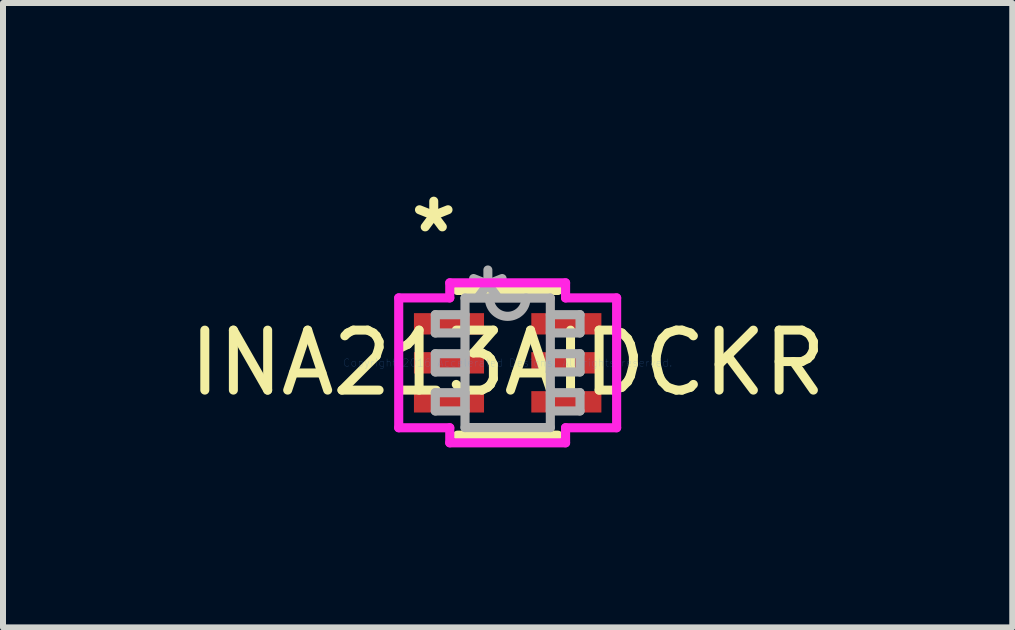
<source format=kicad_pcb>
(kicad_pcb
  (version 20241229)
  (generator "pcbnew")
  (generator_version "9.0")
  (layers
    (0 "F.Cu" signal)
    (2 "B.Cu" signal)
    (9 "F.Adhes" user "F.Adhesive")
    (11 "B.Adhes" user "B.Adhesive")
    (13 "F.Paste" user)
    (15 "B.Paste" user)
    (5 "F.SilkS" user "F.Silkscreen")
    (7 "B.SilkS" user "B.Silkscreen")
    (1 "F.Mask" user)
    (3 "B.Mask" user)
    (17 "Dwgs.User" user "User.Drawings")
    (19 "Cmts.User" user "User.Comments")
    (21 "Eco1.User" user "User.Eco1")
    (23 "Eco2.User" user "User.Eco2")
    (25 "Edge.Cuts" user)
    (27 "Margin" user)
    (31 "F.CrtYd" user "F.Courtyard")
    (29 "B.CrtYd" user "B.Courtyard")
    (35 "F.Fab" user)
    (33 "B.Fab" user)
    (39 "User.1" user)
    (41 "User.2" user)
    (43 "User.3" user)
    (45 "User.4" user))
  (footprint "INA213AIDCKR"
    (layer "F.Cu")
    (at 5.411 2.997)
    (property "Reference" "INA213AIDCKR" (at 0 0 0) (layer "F.SilkS") (effects (font (size 1 1) (thickness 0.15))))
    (attr through_hole)
    (fp_line (start -0.838 1.206) (end 0.838 1.206) (stroke (width 0.152) (type solid)) (layer "F.SilkS"))
    (fp_line (start 0.838 -1.206) (end -0.838 -1.206) (stroke (width 0.152) (type solid)) (layer "F.SilkS"))
    (fp_line (start -1.816 -1.082) (end -0.965 -1.082) (stroke (width 0.152) (type solid)) (layer "F.CrtYd"))
    (fp_line (start -1.816 1.082) (end -1.816 -1.082) (stroke (width 0.152) (type solid)) (layer "F.CrtYd"))
    (fp_line (start -0.965 -1.333) (end 0.965 -1.333) (stroke (width 0.152) (type solid)) (layer "F.CrtYd"))
    (fp_line (start -0.965 -1.082) (end -0.965 -1.333) (stroke (width 0.152) (type solid)) (layer "F.CrtYd"))
    (fp_line (start -0.965 1.082) (end -1.816 1.082) (stroke (width 0.152) (type solid)) (layer "F.CrtYd"))
    (fp_line (start -0.965 1.333) (end -0.965 1.082) (stroke (width 0.152) (type solid)) (layer "F.CrtYd"))
    (fp_line (start 0.965 -1.333) (end 0.965 -1.082) (stroke (width 0.152) (type solid)) (layer "F.CrtYd"))
    (fp_line (start 0.965 -1.082) (end 1.816 -1.082) (stroke (width 0.152) (type solid)) (layer "F.CrtYd"))
    (fp_line (start 0.965 1.082) (end 0.965 1.333) (stroke (width 0.152) (type solid)) (layer "F.CrtYd"))
    (fp_line (start 0.965 1.333) (end -0.965 1.333) (stroke (width 0.152) (type solid)) (layer "F.CrtYd"))
    (fp_line (start 1.816 -1.082) (end 1.816 1.082) (stroke (width 0.152) (type solid)) (layer "F.CrtYd"))
    (fp_line (start 1.816 1.082) (end 0.965 1.082) (stroke (width 0.152) (type solid)) (layer "F.CrtYd"))
    (fp_line (start -1.206 -0.802) (end -1.206 -0.498) (stroke (width 0.152) (type solid)) (layer "F.Fab"))
    (fp_line (start -1.206 -0.498) (end -0.711 -0.498) (stroke (width 0.152) (type solid)) (layer "F.Fab"))
    (fp_line (start -1.206 -0.152) (end -1.206 0.152) (stroke (width 0.152) (type solid)) (layer "F.Fab"))
    (fp_line (start -1.206 0.152) (end -0.711 0.152) (stroke (width 0.152) (type solid)) (layer "F.Fab"))
    (fp_line (start -1.206 0.498) (end -1.206 0.802) (stroke (width 0.152) (type solid)) (layer "F.Fab"))
    (fp_line (start -1.206 0.802) (end -0.711 0.802) (stroke (width 0.152) (type solid)) (layer "F.Fab"))
    (fp_line (start -0.711 -1.079) (end -0.711 1.079) (stroke (width 0.152) (type solid)) (layer "F.Fab"))
    (fp_line (start -0.711 -0.802) (end -1.206 -0.802) (stroke (width 0.152) (type solid)) (layer "F.Fab"))
    (fp_line (start -0.711 -0.498) (end -0.711 -0.802) (stroke (width 0.152) (type solid)) (layer "F.Fab"))
    (fp_line (start -0.711 -0.152) (end -1.206 -0.152) (stroke (width 0.152) (type solid)) (layer "F.Fab"))
    (fp_line (start -0.711 0.152) (end -0.711 -0.152) (stroke (width 0.152) (type solid)) (layer "F.Fab"))
    (fp_line (start -0.711 0.498) (end -1.206 0.498) (stroke (width 0.152) (type solid)) (layer "F.Fab"))
    (fp_line (start -0.711 0.802) (end -0.711 0.498) (stroke (width 0.152) (type solid)) (layer "F.Fab"))
    (fp_line (start -0.711 1.079) (end 0.711 1.079) (stroke (width 0.152) (type solid)) (layer "F.Fab"))
    (fp_line (start 0.711 -1.079) (end -0.711 -1.079) (stroke (width 0.152) (type solid)) (layer "F.Fab"))
    (fp_line (start 0.711 -0.802) (end 0.711 -0.498) (stroke (width 0.152) (type solid)) (layer "F.Fab"))
    (fp_line (start 0.711 -0.498) (end 1.206 -0.498) (stroke (width 0.152) (type solid)) (layer "F.Fab"))
    (fp_line (start 0.711 -0.152) (end 0.711 0.152) (stroke (width 0.152) (type solid)) (layer "F.Fab"))
    (fp_line (start 0.711 0.152) (end 1.206 0.152) (stroke (width 0.152) (type solid)) (layer "F.Fab"))
    (fp_line (start 0.711 0.498) (end 0.711 0.802) (stroke (width 0.152) (type solid)) (layer "F.Fab"))
    (fp_line (start 0.711 0.802) (end 1.206 0.802) (stroke (width 0.152) (type solid)) (layer "F.Fab"))
    (fp_line (start 0.711 1.079) (end 0.711 -1.079) (stroke (width 0.152) (type solid)) (layer "F.Fab"))
    (fp_line (start 1.206 -0.802) (end 0.711 -0.802) (stroke (width 0.152) (type solid)) (layer "F.Fab"))
    (fp_line (start 1.206 -0.498) (end 1.206 -0.802) (stroke (width 0.152) (type solid)) (layer "F.Fab"))
    (fp_line (start 1.206 -0.152) (end 0.711 -0.152) (stroke (width 0.152) (type solid)) (layer "F.Fab"))
    (fp_line (start 1.206 0.152) (end 1.206 -0.152) (stroke (width 0.152) (type solid)) (layer "F.Fab"))
    (fp_line (start 1.206 0.498) (end 0.711 0.498) (stroke (width 0.152) (type solid)) (layer "F.Fab"))
    (fp_line (start 1.206 0.802) (end 1.206 0.498) (stroke (width 0.152) (type solid)) (layer "F.Fab"))
    (fp_arc (start 0.3048 -1.0795) (mid 0 -0.7747) (end -0.3048 -1.0795) (stroke (width 0.1524) (type solid)) (layer "F.Fab"))
    (fp_text user "*" (at -1.232 -2.149 0) (layer "F.SilkS") (effects (font (size 1 1) (thickness 0.15))))
    (fp_text user "Copyright 2016 Accelerated Designs. All rights reserved." (at 0 0 0) (layer "Cmts.User") (effects (font (size 0.127 0.127) (thickness 0.002))))
    (fp_text user "*" (at -0.33 -1.003 0) (layer "F.Fab") (effects (font (size 1 1) (thickness 0.15))))
    (pad "1" smd rect (at -0.978 -0.65) (size 1.168 0.356) (layers "F.Cu" "F.Mask" "F.Paste"))
    (pad "2" smd rect (at -0.978 0) (size 1.168 0.356) (layers "F.Cu" "F.Mask" "F.Paste"))
    (pad "3" smd rect (at -0.978 0.65) (size 1.168 0.356) (layers "F.Cu" "F.Mask" "F.Paste"))
    (pad "4" smd rect (at 0.978 0.65) (size 1.168 0.356) (layers "F.Cu" "F.Mask" "F.Paste"))
    (pad "5" smd rect (at 0.978 0) (size 1.168 0.356) (layers "F.Cu" "F.Mask" "F.Paste"))
    (pad "6" smd rect (at 0.978 -0.65) (size 1.168 0.356) (layers "F.Cu" "F.Mask" "F.Paste")))
  (gr_rect
    (start -3 -3)
    (end 13.821 7.407)
    (stroke (width 0.1) (type default))
    (fill no)
    (layer "Edge.Cuts")))
</source>
